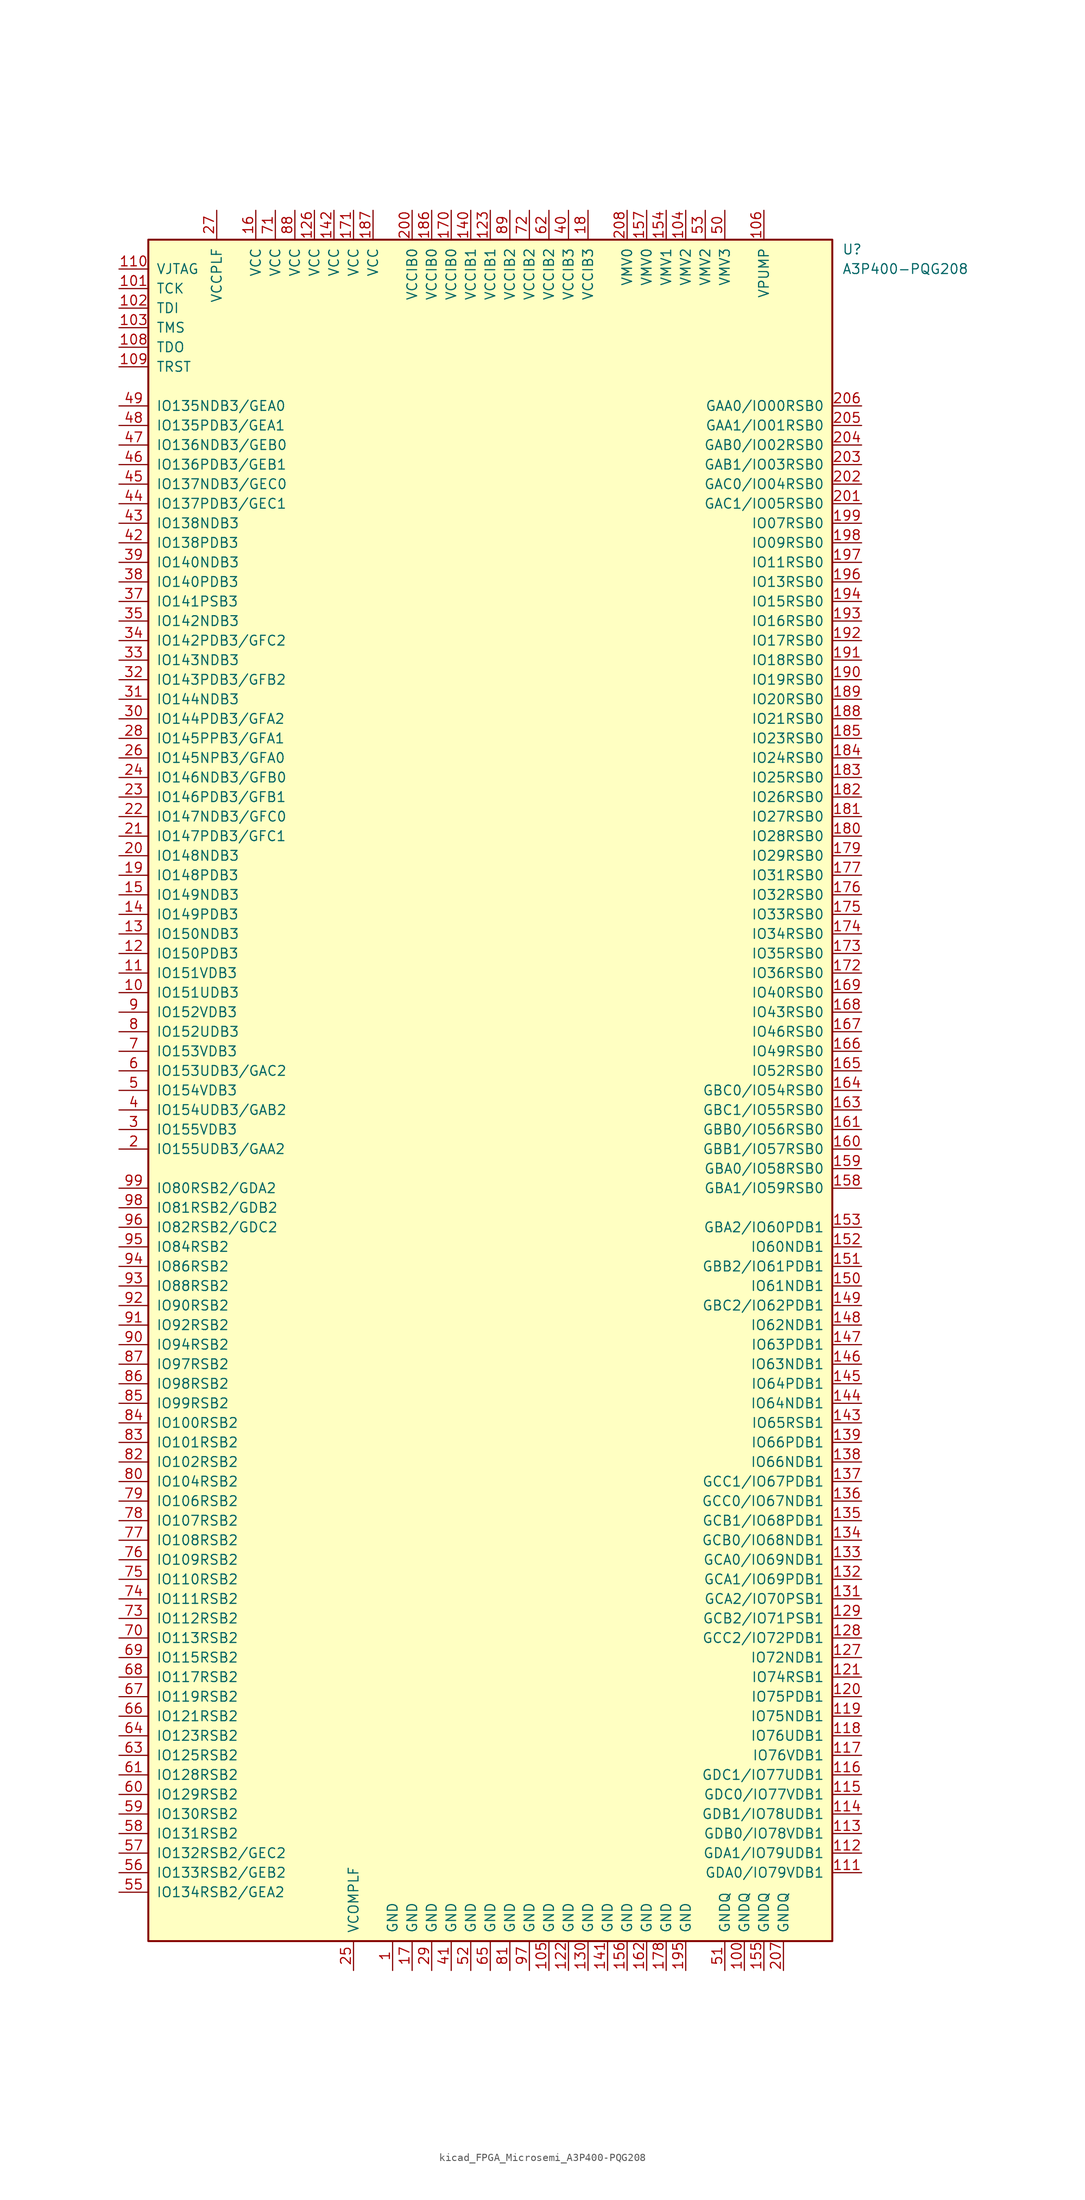
<source format=kicad_sym>
(kicad_symbol_lib
  (version 20220914)
  (generator kicad_symbol_editor)
  (symbol "kicad_FPGA_Microsemi_A3P400-PQG208"
    (pin_names
      (offset 1.016))
    (property "Reference" "U"
      (at 45.72 109.22 0)
      (effects (font (size 1.27 1.27)) (justify left)))
    (property "Value" "A3P400-PQG208"
      (at 45.72 106.68 0)
      (effects (font (size 1.27 1.27)) (justify left)))
    (symbol "kicad_FPGA_Microsemi_A3P400-PQG208_1_0"
      (rectangle (start -44.45 -110.49) (end 44.45 110.49) (stroke (width 0.254) (type default)) (fill (type background))))
    (symbol "kicad_FPGA_Microsemi_A3P400-PQG208_1_1"
      (pin power_in line (at -12.7 -114.3 90) (length 3.81) (name "GND" (effects (font (size 1.27 1.27)))) (number "1" (effects (font (size 1.27 1.27)))))
      (pin bidirectional line (at -48.26 12.7 0) (length 3.81) (name "IO151UDB3" (effects (font (size 1.27 1.27)))) (number "10" (effects (font (size 1.27 1.27)))))
      (pin power_in line (at 33.02 -114.3 90) (length 3.81) (name "GNDQ" (effects (font (size 1.27 1.27)))) (number "100" (effects (font (size 1.27 1.27)))))
      (pin bidirectional line (at -48.26 104.14 0) (length 3.81) (name "TCK" (effects (font (size 1.27 1.27)))) (number "101" (effects (font (size 1.27 1.27)))))
      (pin bidirectional line (at -48.26 101.6 0) (length 3.81) (name "TDI" (effects (font (size 1.27 1.27)))) (number "102" (effects (font (size 1.27 1.27)))))
      (pin bidirectional line (at -48.26 99.06 0) (length 3.81) (name "TMS" (effects (font (size 1.27 1.27)))) (number "103" (effects (font (size 1.27 1.27)))))
      (pin power_in line (at 25.4 114.3 270) (length 3.81) (name "VMV2" (effects (font (size 1.27 1.27)))) (number "104" (effects (font (size 1.27 1.27)))))
      (pin power_in line (at 7.62 -114.3 90) (length 3.81) (name "GND" (effects (font (size 1.27 1.27)))) (number "105" (effects (font (size 1.27 1.27)))))
      (pin power_in line (at 35.56 114.3 270) (length 3.81) (name "VPUMP" (effects (font (size 1.27 1.27)))) (number "106" (effects (font (size 1.27 1.27)))))
      (pin bidirectional line (at -48.26 96.52 0) (length 3.81) (name "TDO" (effects (font (size 1.27 1.27)))) (number "108" (effects (font (size 1.27 1.27)))))
      (pin bidirectional line (at -48.26 93.98 0) (length 3.81) (name "TRST" (effects (font (size 1.27 1.27)))) (number "109" (effects (font (size 1.27 1.27)))))
      (pin bidirectional line (at -48.26 15.24 0) (length 3.81) (name "IO151VDB3" (effects (font (size 1.27 1.27)))) (number "11" (effects (font (size 1.27 1.27)))))
      (pin power_in line (at -48.26 106.68 0) (length 3.81) (name "VJTAG" (effects (font (size 1.27 1.27)))) (number "110" (effects (font (size 1.27 1.27)))))
      (pin bidirectional line (at 48.26 -101.6 180) (length 3.81) (name "GDA0/IO79VDB1" (effects (font (size 1.27 1.27)))) (number "111" (effects (font (size 1.27 1.27)))))
      (pin bidirectional line (at 48.26 -99.06 180) (length 3.81) (name "GDA1/IO79UDB1" (effects (font (size 1.27 1.27)))) (number "112" (effects (font (size 1.27 1.27)))))
      (pin bidirectional line (at 48.26 -96.52 180) (length 3.81) (name "GDB0/IO78VDB1" (effects (font (size 1.27 1.27)))) (number "113" (effects (font (size 1.27 1.27)))))
      (pin bidirectional line (at 48.26 -93.98 180) (length 3.81) (name "GDB1/IO78UDB1" (effects (font (size 1.27 1.27)))) (number "114" (effects (font (size 1.27 1.27)))))
      (pin bidirectional line (at 48.26 -91.44 180) (length 3.81) (name "GDC0/IO77VDB1" (effects (font (size 1.27 1.27)))) (number "115" (effects (font (size 1.27 1.27)))))
      (pin bidirectional line (at 48.26 -88.9 180) (length 3.81) (name "GDC1/IO77UDB1" (effects (font (size 1.27 1.27)))) (number "116" (effects (font (size 1.27 1.27)))))
      (pin bidirectional line (at 48.26 -86.36 180) (length 3.81) (name "IO76VDB1" (effects (font (size 1.27 1.27)))) (number "117" (effects (font (size 1.27 1.27)))))
      (pin bidirectional line (at 48.26 -83.82 180) (length 3.81) (name "IO76UDB1" (effects (font (size 1.27 1.27)))) (number "118" (effects (font (size 1.27 1.27)))))
      (pin bidirectional line (at 48.26 -81.28 180) (length 3.81) (name "IO75NDB1" (effects (font (size 1.27 1.27)))) (number "119" (effects (font (size 1.27 1.27)))))
      (pin bidirectional line (at -48.26 17.78 0) (length 3.81) (name "IO150PDB3" (effects (font (size 1.27 1.27)))) (number "12" (effects (font (size 1.27 1.27)))))
      (pin bidirectional line (at 48.26 -78.74 180) (length 3.81) (name "IO75PDB1" (effects (font (size 1.27 1.27)))) (number "120" (effects (font (size 1.27 1.27)))))
      (pin bidirectional line (at 48.26 -76.2 180) (length 3.81) (name "IO74RSB1" (effects (font (size 1.27 1.27)))) (number "121" (effects (font (size 1.27 1.27)))))
      (pin power_in line (at 10.16 -114.3 90) (length 3.81) (name "GND" (effects (font (size 1.27 1.27)))) (number "122" (effects (font (size 1.27 1.27)))))
      (pin power_in line (at 0 114.3 270) (length 3.81) (name "VCCIB1" (effects (font (size 1.27 1.27)))) (number "123" (effects (font (size 1.27 1.27)))))
      (pin power_in line (at -22.86 114.3 270) (length 3.81) (name "VCC" (effects (font (size 1.27 1.27)))) (number "126" (effects (font (size 1.27 1.27)))))
      (pin bidirectional line (at 48.26 -73.66 180) (length 3.81) (name "IO72NDB1" (effects (font (size 1.27 1.27)))) (number "127" (effects (font (size 1.27 1.27)))))
      (pin bidirectional line (at 48.26 -71.12 180) (length 3.81) (name "GCC2/IO72PDB1" (effects (font (size 1.27 1.27)))) (number "128" (effects (font (size 1.27 1.27)))))
      (pin bidirectional line (at 48.26 -68.58 180) (length 3.81) (name "GCB2/IO71PSB1" (effects (font (size 1.27 1.27)))) (number "129" (effects (font (size 1.27 1.27)))))
      (pin bidirectional line (at -48.26 20.32 0) (length 3.81) (name "IO150NDB3" (effects (font (size 1.27 1.27)))) (number "13" (effects (font (size 1.27 1.27)))))
      (pin power_in line (at 12.7 -114.3 90) (length 3.81) (name "GND" (effects (font (size 1.27 1.27)))) (number "130" (effects (font (size 1.27 1.27)))))
      (pin bidirectional line (at 48.26 -66.04 180) (length 3.81) (name "GCA2/IO70PSB1" (effects (font (size 1.27 1.27)))) (number "131" (effects (font (size 1.27 1.27)))))
      (pin bidirectional line (at 48.26 -63.5 180) (length 3.81) (name "GCA1/IO69PDB1" (effects (font (size 1.27 1.27)))) (number "132" (effects (font (size 1.27 1.27)))))
      (pin bidirectional line (at 48.26 -60.96 180) (length 3.81) (name "GCA0/IO69NDB1" (effects (font (size 1.27 1.27)))) (number "133" (effects (font (size 1.27 1.27)))))
      (pin bidirectional line (at 48.26 -58.42 180) (length 3.81) (name "GCB0/IO68NDB1" (effects (font (size 1.27 1.27)))) (number "134" (effects (font (size 1.27 1.27)))))
      (pin bidirectional line (at 48.26 -55.88 180) (length 3.81) (name "GCB1/IO68PDB1" (effects (font (size 1.27 1.27)))) (number "135" (effects (font (size 1.27 1.27)))))
      (pin bidirectional line (at 48.26 -53.34 180) (length 3.81) (name "GCC0/IO67NDB1" (effects (font (size 1.27 1.27)))) (number "136" (effects (font (size 1.27 1.27)))))
      (pin bidirectional line (at 48.26 -50.8 180) (length 3.81) (name "GCC1/IO67PDB1" (effects (font (size 1.27 1.27)))) (number "137" (effects (font (size 1.27 1.27)))))
      (pin bidirectional line (at 48.26 -48.26 180) (length 3.81) (name "IO66NDB1" (effects (font (size 1.27 1.27)))) (number "138" (effects (font (size 1.27 1.27)))))
      (pin bidirectional line (at 48.26 -45.72 180) (length 3.81) (name "IO66PDB1" (effects (font (size 1.27 1.27)))) (number "139" (effects (font (size 1.27 1.27)))))
      (pin bidirectional line (at -48.26 22.86 0) (length 3.81) (name "IO149PDB3" (effects (font (size 1.27 1.27)))) (number "14" (effects (font (size 1.27 1.27)))))
      (pin power_in line (at -2.54 114.3 270) (length 3.81) (name "VCCIB1" (effects (font (size 1.27 1.27)))) (number "140" (effects (font (size 1.27 1.27)))))
      (pin power_in line (at 15.24 -114.3 90) (length 3.81) (name "GND" (effects (font (size 1.27 1.27)))) (number "141" (effects (font (size 1.27 1.27)))))
      (pin power_in line (at -20.32 114.3 270) (length 3.81) (name "VCC" (effects (font (size 1.27 1.27)))) (number "142" (effects (font (size 1.27 1.27)))))
      (pin bidirectional line (at 48.26 -43.18 180) (length 3.81) (name "IO65RSB1" (effects (font (size 1.27 1.27)))) (number "143" (effects (font (size 1.27 1.27)))))
      (pin bidirectional line (at 48.26 -40.64 180) (length 3.81) (name "IO64NDB1" (effects (font (size 1.27 1.27)))) (number "144" (effects (font (size 1.27 1.27)))))
      (pin bidirectional line (at 48.26 -38.1 180) (length 3.81) (name "IO64PDB1" (effects (font (size 1.27 1.27)))) (number "145" (effects (font (size 1.27 1.27)))))
      (pin bidirectional line (at 48.26 -35.56 180) (length 3.81) (name "IO63NDB1" (effects (font (size 1.27 1.27)))) (number "146" (effects (font (size 1.27 1.27)))))
      (pin bidirectional line (at 48.26 -33.02 180) (length 3.81) (name "IO63PDB1" (effects (font (size 1.27 1.27)))) (number "147" (effects (font (size 1.27 1.27)))))
      (pin bidirectional line (at 48.26 -30.48 180) (length 3.81) (name "IO62NDB1" (effects (font (size 1.27 1.27)))) (number "148" (effects (font (size 1.27 1.27)))))
      (pin bidirectional line (at 48.26 -27.94 180) (length 3.81) (name "GBC2/IO62PDB1" (effects (font (size 1.27 1.27)))) (number "149" (effects (font (size 1.27 1.27)))))
      (pin bidirectional line (at -48.26 25.4 0) (length 3.81) (name "IO149NDB3" (effects (font (size 1.27 1.27)))) (number "15" (effects (font (size 1.27 1.27)))))
      (pin bidirectional line (at 48.26 -25.4 180) (length 3.81) (name "IO61NDB1" (effects (font (size 1.27 1.27)))) (number "150" (effects (font (size 1.27 1.27)))))
      (pin bidirectional line (at 48.26 -22.86 180) (length 3.81) (name "GBB2/IO61PDB1" (effects (font (size 1.27 1.27)))) (number "151" (effects (font (size 1.27 1.27)))))
      (pin bidirectional line (at 48.26 -20.32 180) (length 3.81) (name "IO60NDB1" (effects (font (size 1.27 1.27)))) (number "152" (effects (font (size 1.27 1.27)))))
      (pin bidirectional line (at 48.26 -17.78 180) (length 3.81) (name "GBA2/IO60PDB1" (effects (font (size 1.27 1.27)))) (number "153" (effects (font (size 1.27 1.27)))))
      (pin power_in line (at 22.86 114.3 270) (length 3.81) (name "VMV1" (effects (font (size 1.27 1.27)))) (number "154" (effects (font (size 1.27 1.27)))))
      (pin power_in line (at 35.56 -114.3 90) (length 3.81) (name "GNDQ" (effects (font (size 1.27 1.27)))) (number "155" (effects (font (size 1.27 1.27)))))
      (pin power_in line (at 17.78 -114.3 90) (length 3.81) (name "GND" (effects (font (size 1.27 1.27)))) (number "156" (effects (font (size 1.27 1.27)))))
      (pin power_in line (at 20.32 114.3 270) (length 3.81) (name "VMV0" (effects (font (size 1.27 1.27)))) (number "157" (effects (font (size 1.27 1.27)))))
      (pin bidirectional line (at 48.26 -12.7 180) (length 3.81) (name "GBA1/IO59RSB0" (effects (font (size 1.27 1.27)))) (number "158" (effects (font (size 1.27 1.27)))))
      (pin bidirectional line (at 48.26 -10.16 180) (length 3.81) (name "GBA0/IO58RSB0" (effects (font (size 1.27 1.27)))) (number "159" (effects (font (size 1.27 1.27)))))
      (pin power_in line (at -30.48 114.3 270) (length 3.81) (name "VCC" (effects (font (size 1.27 1.27)))) (number "16" (effects (font (size 1.27 1.27)))))
      (pin bidirectional line (at 48.26 -7.62 180) (length 3.81) (name "GBB1/IO57RSB0" (effects (font (size 1.27 1.27)))) (number "160" (effects (font (size 1.27 1.27)))))
      (pin bidirectional line (at 48.26 -5.08 180) (length 3.81) (name "GBB0/IO56RSB0" (effects (font (size 1.27 1.27)))) (number "161" (effects (font (size 1.27 1.27)))))
      (pin power_in line (at 20.32 -114.3 90) (length 3.81) (name "GND" (effects (font (size 1.27 1.27)))) (number "162" (effects (font (size 1.27 1.27)))))
      (pin bidirectional line (at 48.26 -2.54 180) (length 3.81) (name "GBC1/IO55RSB0" (effects (font (size 1.27 1.27)))) (number "163" (effects (font (size 1.27 1.27)))))
      (pin bidirectional line (at 48.26 0 180) (length 3.81) (name "GBC0/IO54RSB0" (effects (font (size 1.27 1.27)))) (number "164" (effects (font (size 1.27 1.27)))))
      (pin bidirectional line (at 48.26 2.54 180) (length 3.81) (name "IO52RSB0" (effects (font (size 1.27 1.27)))) (number "165" (effects (font (size 1.27 1.27)))))
      (pin bidirectional line (at 48.26 5.08 180) (length 3.81) (name "IO49RSB0" (effects (font (size 1.27 1.27)))) (number "166" (effects (font (size 1.27 1.27)))))
      (pin bidirectional line (at 48.26 7.62 180) (length 3.81) (name "IO46RSB0" (effects (font (size 1.27 1.27)))) (number "167" (effects (font (size 1.27 1.27)))))
      (pin bidirectional line (at 48.26 10.16 180) (length 3.81) (name "IO43RSB0" (effects (font (size 1.27 1.27)))) (number "168" (effects (font (size 1.27 1.27)))))
      (pin bidirectional line (at 48.26 12.7 180) (length 3.81) (name "IO40RSB0" (effects (font (size 1.27 1.27)))) (number "169" (effects (font (size 1.27 1.27)))))
      (pin power_in line (at -10.16 -114.3 90) (length 3.81) (name "GND" (effects (font (size 1.27 1.27)))) (number "17" (effects (font (size 1.27 1.27)))))
      (pin power_in line (at -5.08 114.3 270) (length 3.81) (name "VCCIB0" (effects (font (size 1.27 1.27)))) (number "170" (effects (font (size 1.27 1.27)))))
      (pin power_in line (at -17.78 114.3 270) (length 3.81) (name "VCC" (effects (font (size 1.27 1.27)))) (number "171" (effects (font (size 1.27 1.27)))))
      (pin bidirectional line (at 48.26 15.24 180) (length 3.81) (name "IO36RSB0" (effects (font (size 1.27 1.27)))) (number "172" (effects (font (size 1.27 1.27)))))
      (pin bidirectional line (at 48.26 17.78 180) (length 3.81) (name "IO35RSB0" (effects (font (size 1.27 1.27)))) (number "173" (effects (font (size 1.27 1.27)))))
      (pin bidirectional line (at 48.26 20.32 180) (length 3.81) (name "IO34RSB0" (effects (font (size 1.27 1.27)))) (number "174" (effects (font (size 1.27 1.27)))))
      (pin bidirectional line (at 48.26 22.86 180) (length 3.81) (name "IO33RSB0" (effects (font (size 1.27 1.27)))) (number "175" (effects (font (size 1.27 1.27)))))
      (pin bidirectional line (at 48.26 25.4 180) (length 3.81) (name "IO32RSB0" (effects (font (size 1.27 1.27)))) (number "176" (effects (font (size 1.27 1.27)))))
      (pin bidirectional line (at 48.26 27.94 180) (length 3.81) (name "IO31RSB0" (effects (font (size 1.27 1.27)))) (number "177" (effects (font (size 1.27 1.27)))))
      (pin power_in line (at 22.86 -114.3 90) (length 3.81) (name "GND" (effects (font (size 1.27 1.27)))) (number "178" (effects (font (size 1.27 1.27)))))
      (pin bidirectional line (at 48.26 30.48 180) (length 3.81) (name "IO29RSB0" (effects (font (size 1.27 1.27)))) (number "179" (effects (font (size 1.27 1.27)))))
      (pin power_in line (at 12.7 114.3 270) (length 3.81) (name "VCCIB3" (effects (font (size 1.27 1.27)))) (number "18" (effects (font (size 1.27 1.27)))))
      (pin bidirectional line (at 48.26 33.02 180) (length 3.81) (name "IO28RSB0" (effects (font (size 1.27 1.27)))) (number "180" (effects (font (size 1.27 1.27)))))
      (pin bidirectional line (at 48.26 35.56 180) (length 3.81) (name "IO27RSB0" (effects (font (size 1.27 1.27)))) (number "181" (effects (font (size 1.27 1.27)))))
      (pin bidirectional line (at 48.26 38.1 180) (length 3.81) (name "IO26RSB0" (effects (font (size 1.27 1.27)))) (number "182" (effects (font (size 1.27 1.27)))))
      (pin bidirectional line (at 48.26 40.64 180) (length 3.81) (name "IO25RSB0" (effects (font (size 1.27 1.27)))) (number "183" (effects (font (size 1.27 1.27)))))
      (pin bidirectional line (at 48.26 43.18 180) (length 3.81) (name "IO24RSB0" (effects (font (size 1.27 1.27)))) (number "184" (effects (font (size 1.27 1.27)))))
      (pin bidirectional line (at 48.26 45.72 180) (length 3.81) (name "IO23RSB0" (effects (font (size 1.27 1.27)))) (number "185" (effects (font (size 1.27 1.27)))))
      (pin power_in line (at -7.62 114.3 270) (length 3.81) (name "VCCIB0" (effects (font (size 1.27 1.27)))) (number "186" (effects (font (size 1.27 1.27)))))
      (pin power_in line (at -15.24 114.3 270) (length 3.81) (name "VCC" (effects (font (size 1.27 1.27)))) (number "187" (effects (font (size 1.27 1.27)))))
      (pin bidirectional line (at 48.26 48.26 180) (length 3.81) (name "IO21RSB0" (effects (font (size 1.27 1.27)))) (number "188" (effects (font (size 1.27 1.27)))))
      (pin bidirectional line (at 48.26 50.8 180) (length 3.81) (name "IO20RSB0" (effects (font (size 1.27 1.27)))) (number "189" (effects (font (size 1.27 1.27)))))
      (pin bidirectional line (at -48.26 27.94 0) (length 3.81) (name "IO148PDB3" (effects (font (size 1.27 1.27)))) (number "19" (effects (font (size 1.27 1.27)))))
      (pin bidirectional line (at 48.26 53.34 180) (length 3.81) (name "IO19RSB0" (effects (font (size 1.27 1.27)))) (number "190" (effects (font (size 1.27 1.27)))))
      (pin bidirectional line (at 48.26 55.88 180) (length 3.81) (name "IO18RSB0" (effects (font (size 1.27 1.27)))) (number "191" (effects (font (size 1.27 1.27)))))
      (pin bidirectional line (at 48.26 58.42 180) (length 3.81) (name "IO17RSB0" (effects (font (size 1.27 1.27)))) (number "192" (effects (font (size 1.27 1.27)))))
      (pin bidirectional line (at 48.26 60.96 180) (length 3.81) (name "IO16RSB0" (effects (font (size 1.27 1.27)))) (number "193" (effects (font (size 1.27 1.27)))))
      (pin bidirectional line (at 48.26 63.5 180) (length 3.81) (name "IO15RSB0" (effects (font (size 1.27 1.27)))) (number "194" (effects (font (size 1.27 1.27)))))
      (pin power_in line (at 25.4 -114.3 90) (length 3.81) (name "GND" (effects (font (size 1.27 1.27)))) (number "195" (effects (font (size 1.27 1.27)))))
      (pin bidirectional line (at 48.26 66.04 180) (length 3.81) (name "IO13RSB0" (effects (font (size 1.27 1.27)))) (number "196" (effects (font (size 1.27 1.27)))))
      (pin bidirectional line (at 48.26 68.58 180) (length 3.81) (name "IO11RSB0" (effects (font (size 1.27 1.27)))) (number "197" (effects (font (size 1.27 1.27)))))
      (pin bidirectional line (at 48.26 71.12 180) (length 3.81) (name "IO09RSB0" (effects (font (size 1.27 1.27)))) (number "198" (effects (font (size 1.27 1.27)))))
      (pin bidirectional line (at 48.26 73.66 180) (length 3.81) (name "IO07RSB0" (effects (font (size 1.27 1.27)))) (number "199" (effects (font (size 1.27 1.27)))))
      (pin bidirectional line (at -48.26 -7.62 0) (length 3.81) (name "IO155UDB3/GAA2" (effects (font (size 1.27 1.27)))) (number "2" (effects (font (size 1.27 1.27)))))
      (pin bidirectional line (at -48.26 30.48 0) (length 3.81) (name "IO148NDB3" (effects (font (size 1.27 1.27)))) (number "20" (effects (font (size 1.27 1.27)))))
      (pin power_in line (at -10.16 114.3 270) (length 3.81) (name "VCCIB0" (effects (font (size 1.27 1.27)))) (number "200" (effects (font (size 1.27 1.27)))))
      (pin bidirectional line (at 48.26 76.2 180) (length 3.81) (name "GAC1/IO05RSB0" (effects (font (size 1.27 1.27)))) (number "201" (effects (font (size 1.27 1.27)))))
      (pin bidirectional line (at 48.26 78.74 180) (length 3.81) (name "GAC0/IO04RSB0" (effects (font (size 1.27 1.27)))) (number "202" (effects (font (size 1.27 1.27)))))
      (pin bidirectional line (at 48.26 81.28 180) (length 3.81) (name "GAB1/IO03RSB0" (effects (font (size 1.27 1.27)))) (number "203" (effects (font (size 1.27 1.27)))))
      (pin bidirectional line (at 48.26 83.82 180) (length 3.81) (name "GAB0/IO02RSB0" (effects (font (size 1.27 1.27)))) (number "204" (effects (font (size 1.27 1.27)))))
      (pin bidirectional line (at 48.26 86.36 180) (length 3.81) (name "GAA1/IO01RSB0" (effects (font (size 1.27 1.27)))) (number "205" (effects (font (size 1.27 1.27)))))
      (pin bidirectional line (at 48.26 88.9 180) (length 3.81) (name "GAA0/IO00RSB0" (effects (font (size 1.27 1.27)))) (number "206" (effects (font (size 1.27 1.27)))))
      (pin power_in line (at 38.1 -114.3 90) (length 3.81) (name "GNDQ" (effects (font (size 1.27 1.27)))) (number "207" (effects (font (size 1.27 1.27)))))
      (pin power_in line (at 17.78 114.3 270) (length 3.81) (name "VMV0" (effects (font (size 1.27 1.27)))) (number "208" (effects (font (size 1.27 1.27)))))
      (pin bidirectional line (at -48.26 33.02 0) (length 3.81) (name "IO147PDB3/GFC1" (effects (font (size 1.27 1.27)))) (number "21" (effects (font (size 1.27 1.27)))))
      (pin bidirectional line (at -48.26 35.56 0) (length 3.81) (name "IO147NDB3/GFC0" (effects (font (size 1.27 1.27)))) (number "22" (effects (font (size 1.27 1.27)))))
      (pin bidirectional line (at -48.26 38.1 0) (length 3.81) (name "IO146PDB3/GFB1" (effects (font (size 1.27 1.27)))) (number "23" (effects (font (size 1.27 1.27)))))
      (pin bidirectional line (at -48.26 40.64 0) (length 3.81) (name "IO146NDB3/GFB0" (effects (font (size 1.27 1.27)))) (number "24" (effects (font (size 1.27 1.27)))))
      (pin power_in line (at -17.78 -114.3 90) (length 3.81) (name "VCOMPLF" (effects (font (size 1.27 1.27)))) (number "25" (effects (font (size 1.27 1.27)))))
      (pin bidirectional line (at -48.26 43.18 0) (length 3.81) (name "IO145NPB3/GFA0" (effects (font (size 1.27 1.27)))) (number "26" (effects (font (size 1.27 1.27)))))
      (pin power_in line (at -35.56 114.3 270) (length 3.81) (name "VCCPLF" (effects (font (size 1.27 1.27)))) (number "27" (effects (font (size 1.27 1.27)))))
      (pin bidirectional line (at -48.26 45.72 0) (length 3.81) (name "IO145PPB3/GFA1" (effects (font (size 1.27 1.27)))) (number "28" (effects (font (size 1.27 1.27)))))
      (pin power_in line (at -7.62 -114.3 90) (length 3.81) (name "GND" (effects (font (size 1.27 1.27)))) (number "29" (effects (font (size 1.27 1.27)))))
      (pin bidirectional line (at -48.26 -5.08 0) (length 3.81) (name "IO155VDB3" (effects (font (size 1.27 1.27)))) (number "3" (effects (font (size 1.27 1.27)))))
      (pin bidirectional line (at -48.26 48.26 0) (length 3.81) (name "IO144PDB3/GFA2" (effects (font (size 1.27 1.27)))) (number "30" (effects (font (size 1.27 1.27)))))
      (pin bidirectional line (at -48.26 50.8 0) (length 3.81) (name "IO144NDB3" (effects (font (size 1.27 1.27)))) (number "31" (effects (font (size 1.27 1.27)))))
      (pin bidirectional line (at -48.26 53.34 0) (length 3.81) (name "IO143PDB3/GFB2" (effects (font (size 1.27 1.27)))) (number "32" (effects (font (size 1.27 1.27)))))
      (pin bidirectional line (at -48.26 55.88 0) (length 3.81) (name "IO143NDB3" (effects (font (size 1.27 1.27)))) (number "33" (effects (font (size 1.27 1.27)))))
      (pin bidirectional line (at -48.26 58.42 0) (length 3.81) (name "IO142PDB3/GFC2" (effects (font (size 1.27 1.27)))) (number "34" (effects (font (size 1.27 1.27)))))
      (pin bidirectional line (at -48.26 60.96 0) (length 3.81) (name "IO142NDB3" (effects (font (size 1.27 1.27)))) (number "35" (effects (font (size 1.27 1.27)))))
      (pin bidirectional line (at -48.26 63.5 0) (length 3.81) (name "IO141PSB3" (effects (font (size 1.27 1.27)))) (number "37" (effects (font (size 1.27 1.27)))))
      (pin bidirectional line (at -48.26 66.04 0) (length 3.81) (name "IO140PDB3" (effects (font (size 1.27 1.27)))) (number "38" (effects (font (size 1.27 1.27)))))
      (pin bidirectional line (at -48.26 68.58 0) (length 3.81) (name "IO140NDB3" (effects (font (size 1.27 1.27)))) (number "39" (effects (font (size 1.27 1.27)))))
      (pin bidirectional line (at -48.26 -2.54 0) (length 3.81) (name "IO154UDB3/GAB2" (effects (font (size 1.27 1.27)))) (number "4" (effects (font (size 1.27 1.27)))))
      (pin power_in line (at 10.16 114.3 270) (length 3.81) (name "VCCIB3" (effects (font (size 1.27 1.27)))) (number "40" (effects (font (size 1.27 1.27)))))
      (pin power_in line (at -5.08 -114.3 90) (length 3.81) (name "GND" (effects (font (size 1.27 1.27)))) (number "41" (effects (font (size 1.27 1.27)))))
      (pin bidirectional line (at -48.26 71.12 0) (length 3.81) (name "IO138PDB3" (effects (font (size 1.27 1.27)))) (number "42" (effects (font (size 1.27 1.27)))))
      (pin bidirectional line (at -48.26 73.66 0) (length 3.81) (name "IO138NDB3" (effects (font (size 1.27 1.27)))) (number "43" (effects (font (size 1.27 1.27)))))
      (pin bidirectional line (at -48.26 76.2 0) (length 3.81) (name "IO137PDB3/GEC1" (effects (font (size 1.27 1.27)))) (number "44" (effects (font (size 1.27 1.27)))))
      (pin bidirectional line (at -48.26 78.74 0) (length 3.81) (name "IO137NDB3/GEC0" (effects (font (size 1.27 1.27)))) (number "45" (effects (font (size 1.27 1.27)))))
      (pin bidirectional line (at -48.26 81.28 0) (length 3.81) (name "IO136PDB3/GEB1" (effects (font (size 1.27 1.27)))) (number "46" (effects (font (size 1.27 1.27)))))
      (pin bidirectional line (at -48.26 83.82 0) (length 3.81) (name "IO136NDB3/GEB0" (effects (font (size 1.27 1.27)))) (number "47" (effects (font (size 1.27 1.27)))))
      (pin bidirectional line (at -48.26 86.36 0) (length 3.81) (name "IO135PDB3/GEA1" (effects (font (size 1.27 1.27)))) (number "48" (effects (font (size 1.27 1.27)))))
      (pin bidirectional line (at -48.26 88.9 0) (length 3.81) (name "IO135NDB3/GEA0" (effects (font (size 1.27 1.27)))) (number "49" (effects (font (size 1.27 1.27)))))
      (pin bidirectional line (at -48.26 0 0) (length 3.81) (name "IO154VDB3" (effects (font (size 1.27 1.27)))) (number "5" (effects (font (size 1.27 1.27)))))
      (pin power_in line (at 30.48 114.3 270) (length 3.81) (name "VMV3" (effects (font (size 1.27 1.27)))) (number "50" (effects (font (size 1.27 1.27)))))
      (pin power_in line (at 30.48 -114.3 90) (length 3.81) (name "GNDQ" (effects (font (size 1.27 1.27)))) (number "51" (effects (font (size 1.27 1.27)))))
      (pin power_in line (at -2.54 -114.3 90) (length 3.81) (name "GND" (effects (font (size 1.27 1.27)))) (number "52" (effects (font (size 1.27 1.27)))))
      (pin power_in line (at 27.94 114.3 270) (length 3.81) (name "VMV2" (effects (font (size 1.27 1.27)))) (number "53" (effects (font (size 1.27 1.27)))))
      (pin bidirectional line (at -48.26 -104.14 0) (length 3.81) (name "IO134RSB2/GEA2" (effects (font (size 1.27 1.27)))) (number "55" (effects (font (size 1.27 1.27)))))
      (pin bidirectional line (at -48.26 -101.6 0) (length 3.81) (name "IO133RSB2/GEB2" (effects (font (size 1.27 1.27)))) (number "56" (effects (font (size 1.27 1.27)))))
      (pin bidirectional line (at -48.26 -99.06 0) (length 3.81) (name "IO132RSB2/GEC2" (effects (font (size 1.27 1.27)))) (number "57" (effects (font (size 1.27 1.27)))))
      (pin bidirectional line (at -48.26 -96.52 0) (length 3.81) (name "IO131RSB2" (effects (font (size 1.27 1.27)))) (number "58" (effects (font (size 1.27 1.27)))))
      (pin bidirectional line (at -48.26 -93.98 0) (length 3.81) (name "IO130RSB2" (effects (font (size 1.27 1.27)))) (number "59" (effects (font (size 1.27 1.27)))))
      (pin bidirectional line (at -48.26 2.54 0) (length 3.81) (name "IO153UDB3/GAC2" (effects (font (size 1.27 1.27)))) (number "6" (effects (font (size 1.27 1.27)))))
      (pin bidirectional line (at -48.26 -91.44 0) (length 3.81) (name "IO129RSB2" (effects (font (size 1.27 1.27)))) (number "60" (effects (font (size 1.27 1.27)))))
      (pin bidirectional line (at -48.26 -88.9 0) (length 3.81) (name "IO128RSB2" (effects (font (size 1.27 1.27)))) (number "61" (effects (font (size 1.27 1.27)))))
      (pin power_in line (at 7.62 114.3 270) (length 3.81) (name "VCCIB2" (effects (font (size 1.27 1.27)))) (number "62" (effects (font (size 1.27 1.27)))))
      (pin bidirectional line (at -48.26 -86.36 0) (length 3.81) (name "IO125RSB2" (effects (font (size 1.27 1.27)))) (number "63" (effects (font (size 1.27 1.27)))))
      (pin bidirectional line (at -48.26 -83.82 0) (length 3.81) (name "IO123RSB2" (effects (font (size 1.27 1.27)))) (number "64" (effects (font (size 1.27 1.27)))))
      (pin power_in line (at 0 -114.3 90) (length 3.81) (name "GND" (effects (font (size 1.27 1.27)))) (number "65" (effects (font (size 1.27 1.27)))))
      (pin bidirectional line (at -48.26 -81.28 0) (length 3.81) (name "IO121RSB2" (effects (font (size 1.27 1.27)))) (number "66" (effects (font (size 1.27 1.27)))))
      (pin bidirectional line (at -48.26 -78.74 0) (length 3.81) (name "IO119RSB2" (effects (font (size 1.27 1.27)))) (number "67" (effects (font (size 1.27 1.27)))))
      (pin bidirectional line (at -48.26 -76.2 0) (length 3.81) (name "IO117RSB2" (effects (font (size 1.27 1.27)))) (number "68" (effects (font (size 1.27 1.27)))))
      (pin bidirectional line (at -48.26 -73.66 0) (length 3.81) (name "IO115RSB2" (effects (font (size 1.27 1.27)))) (number "69" (effects (font (size 1.27 1.27)))))
      (pin bidirectional line (at -48.26 5.08 0) (length 3.81) (name "IO153VDB3" (effects (font (size 1.27 1.27)))) (number "7" (effects (font (size 1.27 1.27)))))
      (pin bidirectional line (at -48.26 -71.12 0) (length 3.81) (name "IO113RSB2" (effects (font (size 1.27 1.27)))) (number "70" (effects (font (size 1.27 1.27)))))
      (pin power_in line (at -27.94 114.3 270) (length 3.81) (name "VCC" (effects (font (size 1.27 1.27)))) (number "71" (effects (font (size 1.27 1.27)))))
      (pin power_in line (at 5.08 114.3 270) (length 3.81) (name "VCCIB2" (effects (font (size 1.27 1.27)))) (number "72" (effects (font (size 1.27 1.27)))))
      (pin bidirectional line (at -48.26 -68.58 0) (length 3.81) (name "IO112RSB2" (effects (font (size 1.27 1.27)))) (number "73" (effects (font (size 1.27 1.27)))))
      (pin bidirectional line (at -48.26 -66.04 0) (length 3.81) (name "IO111RSB2" (effects (font (size 1.27 1.27)))) (number "74" (effects (font (size 1.27 1.27)))))
      (pin bidirectional line (at -48.26 -63.5 0) (length 3.81) (name "IO110RSB2" (effects (font (size 1.27 1.27)))) (number "75" (effects (font (size 1.27 1.27)))))
      (pin bidirectional line (at -48.26 -60.96 0) (length 3.81) (name "IO109RSB2" (effects (font (size 1.27 1.27)))) (number "76" (effects (font (size 1.27 1.27)))))
      (pin bidirectional line (at -48.26 -58.42 0) (length 3.81) (name "IO108RSB2" (effects (font (size 1.27 1.27)))) (number "77" (effects (font (size 1.27 1.27)))))
      (pin bidirectional line (at -48.26 -55.88 0) (length 3.81) (name "IO107RSB2" (effects (font (size 1.27 1.27)))) (number "78" (effects (font (size 1.27 1.27)))))
      (pin bidirectional line (at -48.26 -53.34 0) (length 3.81) (name "IO106RSB2" (effects (font (size 1.27 1.27)))) (number "79" (effects (font (size 1.27 1.27)))))
      (pin bidirectional line (at -48.26 7.62 0) (length 3.81) (name "IO152UDB3" (effects (font (size 1.27 1.27)))) (number "8" (effects (font (size 1.27 1.27)))))
      (pin bidirectional line (at -48.26 -50.8 0) (length 3.81) (name "IO104RSB2" (effects (font (size 1.27 1.27)))) (number "80" (effects (font (size 1.27 1.27)))))
      (pin power_in line (at 2.54 -114.3 90) (length 3.81) (name "GND" (effects (font (size 1.27 1.27)))) (number "81" (effects (font (size 1.27 1.27)))))
      (pin bidirectional line (at -48.26 -48.26 0) (length 3.81) (name "IO102RSB2" (effects (font (size 1.27 1.27)))) (number "82" (effects (font (size 1.27 1.27)))))
      (pin bidirectional line (at -48.26 -45.72 0) (length 3.81) (name "IO101RSB2" (effects (font (size 1.27 1.27)))) (number "83" (effects (font (size 1.27 1.27)))))
      (pin bidirectional line (at -48.26 -43.18 0) (length 3.81) (name "IO100RSB2" (effects (font (size 1.27 1.27)))) (number "84" (effects (font (size 1.27 1.27)))))
      (pin bidirectional line (at -48.26 -40.64 0) (length 3.81) (name "IO99RSB2" (effects (font (size 1.27 1.27)))) (number "85" (effects (font (size 1.27 1.27)))))
      (pin bidirectional line (at -48.26 -38.1 0) (length 3.81) (name "IO98RSB2" (effects (font (size 1.27 1.27)))) (number "86" (effects (font (size 1.27 1.27)))))
      (pin bidirectional line (at -48.26 -35.56 0) (length 3.81) (name "IO97RSB2" (effects (font (size 1.27 1.27)))) (number "87" (effects (font (size 1.27 1.27)))))
      (pin power_in line (at -25.4 114.3 270) (length 3.81) (name "VCC" (effects (font (size 1.27 1.27)))) (number "88" (effects (font (size 1.27 1.27)))))
      (pin power_in line (at 2.54 114.3 270) (length 3.81) (name "VCCIB2" (effects (font (size 1.27 1.27)))) (number "89" (effects (font (size 1.27 1.27)))))
      (pin bidirectional line (at -48.26 10.16 0) (length 3.81) (name "IO152VDB3" (effects (font (size 1.27 1.27)))) (number "9" (effects (font (size 1.27 1.27)))))
      (pin bidirectional line (at -48.26 -33.02 0) (length 3.81) (name "IO94RSB2" (effects (font (size 1.27 1.27)))) (number "90" (effects (font (size 1.27 1.27)))))
      (pin bidirectional line (at -48.26 -30.48 0) (length 3.81) (name "IO92RSB2" (effects (font (size 1.27 1.27)))) (number "91" (effects (font (size 1.27 1.27)))))
      (pin bidirectional line (at -48.26 -27.94 0) (length 3.81) (name "IO90RSB2" (effects (font (size 1.27 1.27)))) (number "92" (effects (font (size 1.27 1.27)))))
      (pin bidirectional line (at -48.26 -25.4 0) (length 3.81) (name "IO88RSB2" (effects (font (size 1.27 1.27)))) (number "93" (effects (font (size 1.27 1.27)))))
      (pin bidirectional line (at -48.26 -22.86 0) (length 3.81) (name "IO86RSB2" (effects (font (size 1.27 1.27)))) (number "94" (effects (font (size 1.27 1.27)))))
      (pin bidirectional line (at -48.26 -20.32 0) (length 3.81) (name "IO84RSB2" (effects (font (size 1.27 1.27)))) (number "95" (effects (font (size 1.27 1.27)))))
      (pin bidirectional line (at -48.26 -17.78 0) (length 3.81) (name "IO82RSB2/GDC2" (effects (font (size 1.27 1.27)))) (number "96" (effects (font (size 1.27 1.27)))))
      (pin power_in line (at 5.08 -114.3 90) (length 3.81) (name "GND" (effects (font (size 1.27 1.27)))) (number "97" (effects (font (size 1.27 1.27)))))
      (pin bidirectional line (at -48.26 -15.24 0) (length 3.81) (name "IO81RSB2/GDB2" (effects (font (size 1.27 1.27)))) (number "98" (effects (font (size 1.27 1.27)))))
      (pin bidirectional line (at -48.26 -12.7 0) (length 3.81) (name "IO80RSB2/GDA2" (effects (font (size 1.27 1.27)))) (number "99" (effects (font (size 1.27 1.27))))))))
</source>
